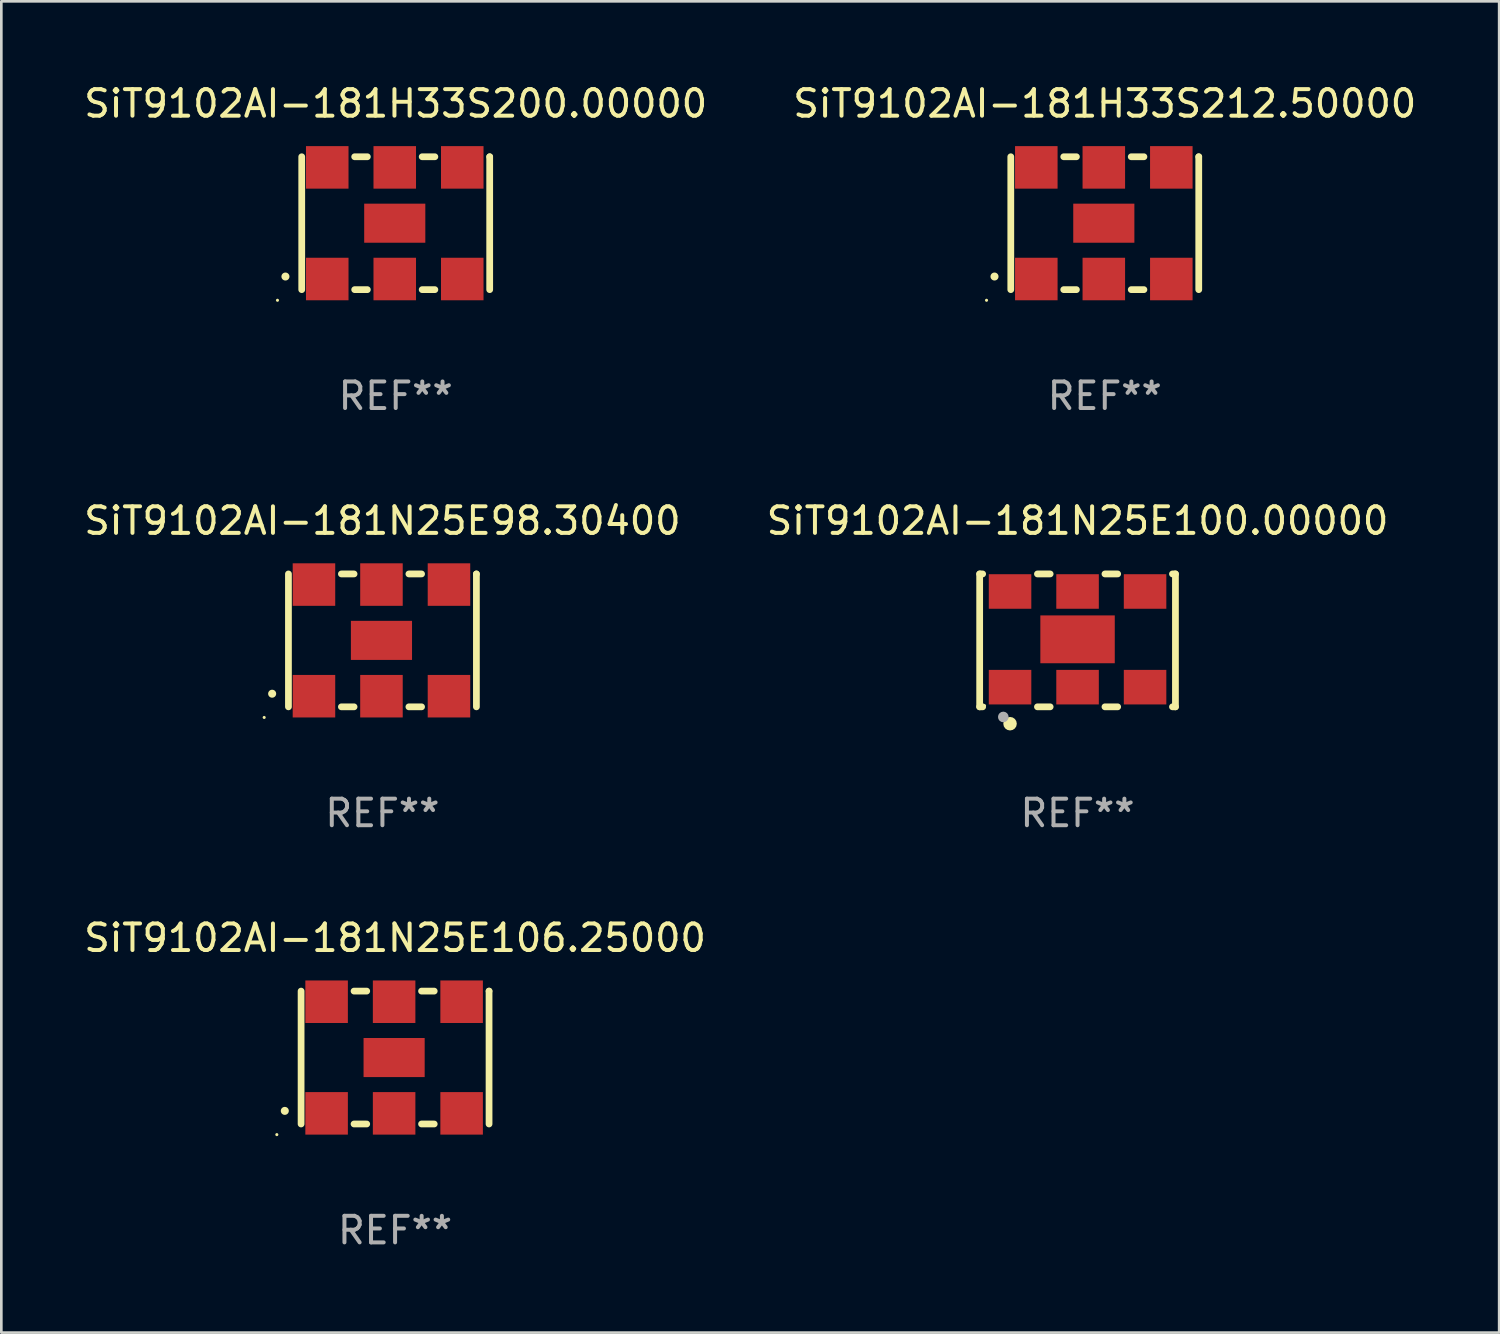
<source format=kicad_pcb>
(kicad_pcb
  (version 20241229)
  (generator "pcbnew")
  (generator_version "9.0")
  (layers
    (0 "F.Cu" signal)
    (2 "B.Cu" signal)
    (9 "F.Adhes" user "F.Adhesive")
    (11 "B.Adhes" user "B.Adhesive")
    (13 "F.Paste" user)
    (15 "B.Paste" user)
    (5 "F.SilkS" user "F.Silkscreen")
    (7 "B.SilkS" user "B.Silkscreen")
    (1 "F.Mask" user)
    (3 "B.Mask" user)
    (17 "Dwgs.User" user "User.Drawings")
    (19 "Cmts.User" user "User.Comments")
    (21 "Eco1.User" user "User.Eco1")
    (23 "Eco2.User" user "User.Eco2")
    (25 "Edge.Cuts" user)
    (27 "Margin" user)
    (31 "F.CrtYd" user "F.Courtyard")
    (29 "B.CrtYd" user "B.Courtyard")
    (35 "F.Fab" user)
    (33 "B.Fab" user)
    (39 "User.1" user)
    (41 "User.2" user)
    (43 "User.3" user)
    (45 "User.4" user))
  (footprint "SiT9102AI-181H33S200.00000"
    (layer "F.Cu")
    (at 11.839 5.348)
    (property "Reference" "SiT9102AI-181H33S200.00000" (at 0 -4.5 0) (layer "F.SilkS") (effects (font (size 1 1) (thickness 0.15))))
    (attr through_hole)
    (fp_line (start -3.536 -2.5) (end -3.536 2.5) (stroke (width 0.254) (type solid)) (layer "F.SilkS"))
    (fp_line (start -1.544 2.5) (end -1.067 2.5) (stroke (width 0.254) (type solid)) (layer "F.SilkS"))
    (fp_line (start -1.067 -2.5) (end -1.544 -2.5) (stroke (width 0.254) (type solid)) (layer "F.SilkS"))
    (fp_line (start 0.996 2.5) (end 1.473 2.5) (stroke (width 0.254) (type solid)) (layer "F.SilkS"))
    (fp_line (start 1.473 -2.5) (end 0.996 -2.5) (stroke (width 0.254) (type solid)) (layer "F.SilkS"))
    (fp_line (start 3.536 -2.5) (end 3.536 -2.5) (stroke (width 0.254) (type solid)) (layer "F.SilkS"))
    (fp_line (start 3.536 2.5) (end 3.536 -2.5) (stroke (width 0.254) (type solid)) (layer "F.SilkS"))
    (fp_arc (start -4.150432 2.006604) (mid -4.149162 2.006599) (end -4.147892 2.006604) (stroke (width 0.3) (type solid)) (layer "F.SilkS"))
    (fp_circle (center -4.449 2.9) (end -4.419 2.9) (stroke (width 0.06) (type solid)) (fill no) (layer "F.SilkS"))
    (fp_text user "REF**" (at 0 6.5 0) (layer "F.Fab") (effects (font (size 1 1) (thickness 0.15))))
    (pad "1" smd rect (at -2.576 2.1) (size 1.6 1.6) (layers "F.Cu" "F.Mask" "F.Paste"))
    (pad "2" smd rect (at -0.036 2.1) (size 1.6 1.6) (layers "F.Cu" "F.Mask" "F.Paste"))
    (pad "3" smd rect (at 2.504 2.1) (size 1.6 1.6) (layers "F.Cu" "F.Mask" "F.Paste"))
    (pad "4" smd rect (at 2.504 -2.1) (size 1.6 1.6) (layers "F.Cu" "F.Mask" "F.Paste"))
    (pad "5" smd rect (at -0.036 -2.1) (size 1.6 1.6) (layers "F.Cu" "F.Mask" "F.Paste"))
    (pad "6" smd rect (at -2.576 -2.1) (size 1.6 1.6) (layers "F.Cu" "F.Mask" "F.Paste"))
    (pad "7" smd rect (at -0.036 0) (size 2.3 1.47) (layers "F.Cu" "F.Mask" "F.Paste")))
  (footprint "SiT9102AI-181N25E106.25000"
    (layer "F.Cu")
    (at 11.815 36.741)
    (property "Reference" "SiT9102AI-181N25E106.25000" (at 0 -4.5 0) (layer "F.SilkS") (effects (font (size 1 1) (thickness 0.15))))
    (attr through_hole)
    (fp_line (start -3.536 -2.5) (end -3.536 2.5) (stroke (width 0.254) (type solid)) (layer "F.SilkS"))
    (fp_line (start -1.544 2.5) (end -1.067 2.5) (stroke (width 0.254) (type solid)) (layer "F.SilkS"))
    (fp_line (start -1.067 -2.5) (end -1.544 -2.5) (stroke (width 0.254) (type solid)) (layer "F.SilkS"))
    (fp_line (start 0.996 2.5) (end 1.473 2.5) (stroke (width 0.254) (type solid)) (layer "F.SilkS"))
    (fp_line (start 1.473 -2.5) (end 0.996 -2.5) (stroke (width 0.254) (type solid)) (layer "F.SilkS"))
    (fp_line (start 3.536 -2.5) (end 3.536 -2.5) (stroke (width 0.254) (type solid)) (layer "F.SilkS"))
    (fp_line (start 3.536 2.5) (end 3.536 -2.5) (stroke (width 0.254) (type solid)) (layer "F.SilkS"))
    (fp_arc (start -4.150432 2.006604) (mid -4.149162 2.006599) (end -4.147892 2.006604) (stroke (width 0.3) (type solid)) (layer "F.SilkS"))
    (fp_circle (center -4.449 2.9) (end -4.419 2.9) (stroke (width 0.06) (type solid)) (fill no) (layer "F.SilkS"))
    (fp_text user "REF**" (at 0 6.5 0) (layer "F.Fab") (effects (font (size 1 1) (thickness 0.15))))
    (pad "1" smd rect (at -2.576 2.1) (size 1.6 1.6) (layers "F.Cu" "F.Mask" "F.Paste"))
    (pad "2" smd rect (at -0.036 2.1) (size 1.6 1.6) (layers "F.Cu" "F.Mask" "F.Paste"))
    (pad "3" smd rect (at 2.504 2.1) (size 1.6 1.6) (layers "F.Cu" "F.Mask" "F.Paste"))
    (pad "4" smd rect (at 2.504 -2.1) (size 1.6 1.6) (layers "F.Cu" "F.Mask" "F.Paste"))
    (pad "5" smd rect (at -0.036 -2.1) (size 1.6 1.6) (layers "F.Cu" "F.Mask" "F.Paste"))
    (pad "6" smd rect (at -2.576 -2.1) (size 1.6 1.6) (layers "F.Cu" "F.Mask" "F.Paste"))
    (pad "7" smd rect (at -0.036 0) (size 2.3 1.47) (layers "F.Cu" "F.Mask" "F.Paste")))
  (footprint "SiT9102AI-181N25E98.30400"
    (layer "F.Cu")
    (at 11.339 21.045)
    (property "Reference" "SiT9102AI-181N25E98.30400" (at 0 -4.5 0) (layer "F.SilkS") (effects (font (size 1 1) (thickness 0.15))))
    (attr through_hole)
    (fp_line (start -3.536 -2.5) (end -3.536 2.5) (stroke (width 0.254) (type solid)) (layer "F.SilkS"))
    (fp_line (start -1.544 2.5) (end -1.067 2.5) (stroke (width 0.254) (type solid)) (layer "F.SilkS"))
    (fp_line (start -1.067 -2.5) (end -1.544 -2.5) (stroke (width 0.254) (type solid)) (layer "F.SilkS"))
    (fp_line (start 0.996 2.5) (end 1.473 2.5) (stroke (width 0.254) (type solid)) (layer "F.SilkS"))
    (fp_line (start 1.473 -2.5) (end 0.996 -2.5) (stroke (width 0.254) (type solid)) (layer "F.SilkS"))
    (fp_line (start 3.536 -2.5) (end 3.536 -2.5) (stroke (width 0.254) (type solid)) (layer "F.SilkS"))
    (fp_line (start 3.536 2.5) (end 3.536 -2.5) (stroke (width 0.254) (type solid)) (layer "F.SilkS"))
    (fp_arc (start -4.150432 2.006604) (mid -4.149162 2.006599) (end -4.147892 2.006604) (stroke (width 0.3) (type solid)) (layer "F.SilkS"))
    (fp_circle (center -4.449 2.9) (end -4.419 2.9) (stroke (width 0.06) (type solid)) (fill no) (layer "F.SilkS"))
    (fp_text user "REF**" (at 0 6.5 0) (layer "F.Fab") (effects (font (size 1 1) (thickness 0.15))))
    (pad "1" smd rect (at -2.576 2.1) (size 1.6 1.6) (layers "F.Cu" "F.Mask" "F.Paste"))
    (pad "2" smd rect (at -0.036 2.1) (size 1.6 1.6) (layers "F.Cu" "F.Mask" "F.Paste"))
    (pad "3" smd rect (at 2.504 2.1) (size 1.6 1.6) (layers "F.Cu" "F.Mask" "F.Paste"))
    (pad "4" smd rect (at 2.504 -2.1) (size 1.6 1.6) (layers "F.Cu" "F.Mask" "F.Paste"))
    (pad "5" smd rect (at -0.036 -2.1) (size 1.6 1.6) (layers "F.Cu" "F.Mask" "F.Paste"))
    (pad "6" smd rect (at -2.576 -2.1) (size 1.6 1.6) (layers "F.Cu" "F.Mask" "F.Paste"))
    (pad "7" smd rect (at -0.036 0) (size 2.3 1.47) (layers "F.Cu" "F.Mask" "F.Paste")))
  (footprint "SiT9102AI-181N25E100.00000"
    (layer "F.Cu")
    (at 37.494 21.045)
    (property "Reference" "SiT9102AI-181N25E100.00000" (at 0 -4.5 0) (layer "F.SilkS") (effects (font (size 1 1) (thickness 0.15))))
    (attr through_hole)
    (fp_line (start -3.683 -2.5) (end -3.571 -2.5) (stroke (width 0.254) (type solid)) (layer "F.SilkS"))
    (fp_line (start -3.683 2.5) (end -3.683 -2.5) (stroke (width 0.254) (type solid)) (layer "F.SilkS"))
    (fp_line (start -3.683 2.5) (end -3.571 2.5) (stroke (width 0.254) (type solid)) (layer "F.SilkS"))
    (fp_line (start -1.509 -2.5) (end -1.031 -2.5) (stroke (width 0.254) (type solid)) (layer "F.SilkS"))
    (fp_line (start -1.509 2.5) (end -1.031 2.5) (stroke (width 0.254) (type solid)) (layer "F.SilkS"))
    (fp_line (start 1.031 -2.5) (end 1.509 -2.5) (stroke (width 0.254) (type solid)) (layer "F.SilkS"))
    (fp_line (start 1.031 2.5) (end 1.509 2.5) (stroke (width 0.254) (type solid)) (layer "F.SilkS"))
    (fp_line (start 3.571 -2.5) (end 3.683 -2.5) (stroke (width 0.254) (type solid)) (layer "F.SilkS"))
    (fp_line (start 3.571 2.5) (end 3.683 2.5) (stroke (width 0.254) (type solid)) (layer "F.SilkS"))
    (fp_line (start 3.683 2.5) (end 3.683 -2.5) (stroke (width 0.254) (type solid)) (layer "F.SilkS"))
    (fp_circle (center -3.5 2.46) (end -3.47 2.46) (stroke (width 0.06) (type solid)) (fill no) (layer "F.SilkS"))
    (fp_circle (center -2.54 3.135) (end -2.413 3.135) (stroke (width 0.254) (type solid)) (fill no) (layer "F.SilkS"))
    (fp_circle (center -2.794 2.881) (end -2.694 2.881) (stroke (width 0.2) (type solid)) (fill no) (layer "F.Fab"))
    (fp_text user "REF**" (at 0 6.5 0) (layer "F.Fab") (effects (font (size 1 1) (thickness 0.15))))
    (pad "1" smd rect (at -2.54 1.76) (size 1.6 1.3) (layers "F.Cu" "F.Mask" "F.Paste"))
    (pad "2" smd rect (at 0 1.76) (size 1.6 1.3) (layers "F.Cu" "F.Mask" "F.Paste"))
    (pad "3" smd rect (at 2.54 1.76) (size 1.6 1.3) (layers "F.Cu" "F.Mask" "F.Paste"))
    (pad "4" smd rect (at 2.54 -1.84) (size 1.6 1.3) (layers "F.Cu" "F.Mask" "F.Paste"))
    (pad "5" smd rect (at 0 -1.84) (size 1.6 1.3) (layers "F.Cu" "F.Mask" "F.Paste"))
    (pad "6" smd rect (at -2.54 -1.84) (size 1.6 1.3) (layers "F.Cu" "F.Mask" "F.Paste"))
    (pad "7" smd rect (at 0 -0.04) (size 2.8 1.8) (layers "F.Cu" "F.Mask" "F.Paste")))
  (footprint "SiT9102AI-181H33S212.50000"
    (layer "F.Cu")
    (at 38.518 5.348)
    (property "Reference" "SiT9102AI-181H33S212.50000" (at 0 -4.5 0) (layer "F.SilkS") (effects (font (size 1 1) (thickness 0.15))))
    (attr through_hole)
    (fp_line (start -3.536 -2.5) (end -3.536 2.5) (stroke (width 0.254) (type solid)) (layer "F.SilkS"))
    (fp_line (start -1.544 2.5) (end -1.067 2.5) (stroke (width 0.254) (type solid)) (layer "F.SilkS"))
    (fp_line (start -1.067 -2.5) (end -1.544 -2.5) (stroke (width 0.254) (type solid)) (layer "F.SilkS"))
    (fp_line (start 0.996 2.5) (end 1.473 2.5) (stroke (width 0.254) (type solid)) (layer "F.SilkS"))
    (fp_line (start 1.473 -2.5) (end 0.996 -2.5) (stroke (width 0.254) (type solid)) (layer "F.SilkS"))
    (fp_line (start 3.536 -2.5) (end 3.536 -2.5) (stroke (width 0.254) (type solid)) (layer "F.SilkS"))
    (fp_line (start 3.536 2.5) (end 3.536 -2.5) (stroke (width 0.254) (type solid)) (layer "F.SilkS"))
    (fp_arc (start -4.150432 2.006604) (mid -4.149162 2.006599) (end -4.147892 2.006604) (stroke (width 0.3) (type solid)) (layer "F.SilkS"))
    (fp_circle (center -4.449 2.9) (end -4.419 2.9) (stroke (width 0.06) (type solid)) (fill no) (layer "F.SilkS"))
    (fp_text user "REF**" (at 0 6.5 0) (layer "F.Fab") (effects (font (size 1 1) (thickness 0.15))))
    (pad "1" smd rect (at -2.576 2.1) (size 1.6 1.6) (layers "F.Cu" "F.Mask" "F.Paste"))
    (pad "2" smd rect (at -0.036 2.1) (size 1.6 1.6) (layers "F.Cu" "F.Mask" "F.Paste"))
    (pad "3" smd rect (at 2.504 2.1) (size 1.6 1.6) (layers "F.Cu" "F.Mask" "F.Paste"))
    (pad "4" smd rect (at 2.504 -2.1) (size 1.6 1.6) (layers "F.Cu" "F.Mask" "F.Paste"))
    (pad "5" smd rect (at -0.036 -2.1) (size 1.6 1.6) (layers "F.Cu" "F.Mask" "F.Paste"))
    (pad "6" smd rect (at -2.576 -2.1) (size 1.6 1.6) (layers "F.Cu" "F.Mask" "F.Paste"))
    (pad "7" smd rect (at -0.036 0) (size 2.3 1.47) (layers "F.Cu" "F.Mask" "F.Paste")))
  (gr_rect
    (start -3 -3)
    (end 53.357 47.09)
    (stroke (width 0.1) (type default))
    (fill no)
    (layer "Edge.Cuts")))
</source>
